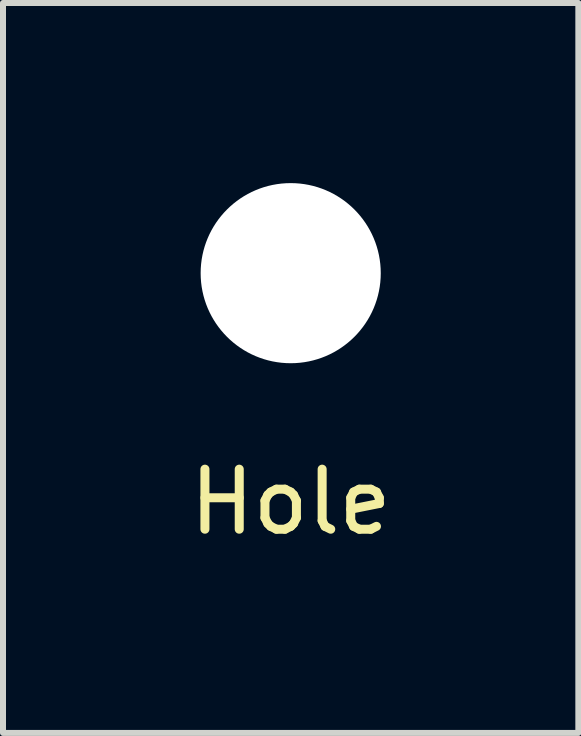
<source format=kicad_pcb>
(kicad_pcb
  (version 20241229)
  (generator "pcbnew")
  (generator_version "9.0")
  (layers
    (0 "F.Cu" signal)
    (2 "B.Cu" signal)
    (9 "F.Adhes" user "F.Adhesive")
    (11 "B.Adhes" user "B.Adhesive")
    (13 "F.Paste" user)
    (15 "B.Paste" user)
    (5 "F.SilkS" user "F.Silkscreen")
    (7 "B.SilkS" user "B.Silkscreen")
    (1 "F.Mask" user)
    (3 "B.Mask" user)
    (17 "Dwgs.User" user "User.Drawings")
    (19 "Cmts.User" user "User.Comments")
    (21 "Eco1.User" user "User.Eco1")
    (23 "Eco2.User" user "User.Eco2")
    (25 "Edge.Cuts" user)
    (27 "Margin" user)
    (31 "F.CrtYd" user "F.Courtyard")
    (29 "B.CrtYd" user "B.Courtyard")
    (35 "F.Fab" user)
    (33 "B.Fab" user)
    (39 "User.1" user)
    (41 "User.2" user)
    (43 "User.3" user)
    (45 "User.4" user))
  (footprint "Hole"
    (layer "F.Cu")
    (at 1.792 1.5)
    (property "Reference" "Hole" (at 0 3.81 0) (layer "F.SilkS") (effects (font (size 1 1) (thickness 0.15))))
    (attr through_hole)
    (pad "" np_thru_hole circle (at 0 0) (size 3 3) (drill 3) (layers "*.Cu" "*.Mask")))
  (gr_rect
    (start -3 -3)
    (end 6.583 9.158)
    (stroke (width 0.1) (type default))
    (fill no)
    (layer "Edge.Cuts")))
</source>
